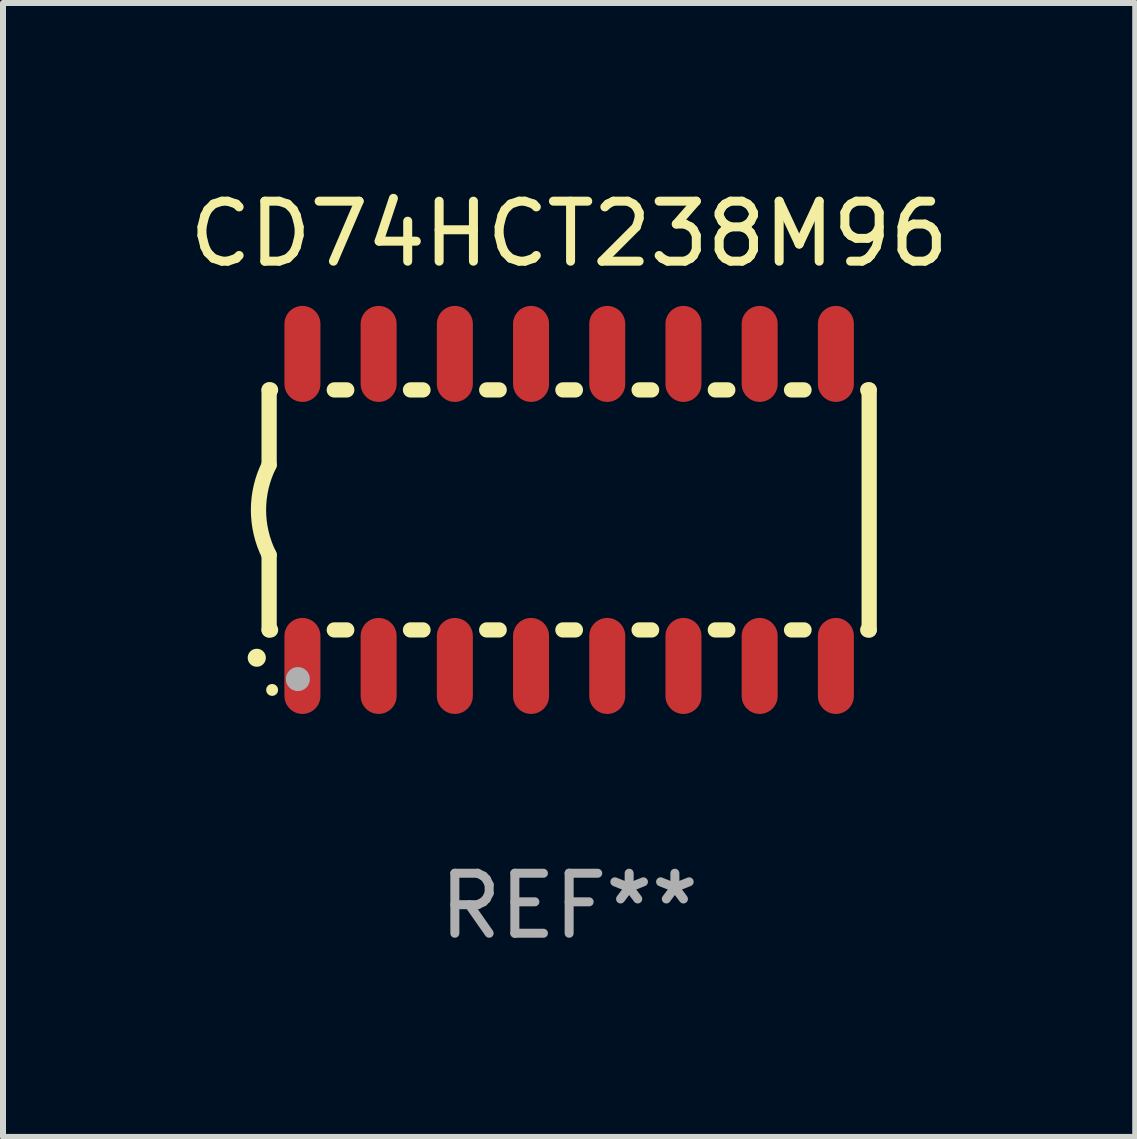
<source format=kicad_pcb>
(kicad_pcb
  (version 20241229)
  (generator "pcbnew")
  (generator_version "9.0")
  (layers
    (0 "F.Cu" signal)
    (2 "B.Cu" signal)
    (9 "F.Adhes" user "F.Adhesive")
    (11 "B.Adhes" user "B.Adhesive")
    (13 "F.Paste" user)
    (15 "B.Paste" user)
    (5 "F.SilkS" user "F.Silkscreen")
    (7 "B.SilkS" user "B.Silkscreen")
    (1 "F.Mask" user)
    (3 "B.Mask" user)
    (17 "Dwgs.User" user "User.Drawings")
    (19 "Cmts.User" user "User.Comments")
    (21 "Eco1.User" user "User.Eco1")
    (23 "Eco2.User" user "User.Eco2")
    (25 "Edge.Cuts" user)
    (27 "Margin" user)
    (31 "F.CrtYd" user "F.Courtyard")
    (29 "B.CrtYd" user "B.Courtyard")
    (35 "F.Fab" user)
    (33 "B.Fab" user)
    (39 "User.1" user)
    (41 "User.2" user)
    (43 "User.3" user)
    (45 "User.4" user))
  (footprint "CD74HCT238M96"
    (layer "F.Cu")
    (at 6.435 5.448)
    (property "Reference" "CD74HCT238M96" (at 0 -4.6 0) (layer "F.SilkS") (effects (font (size 1 1) (thickness 0.15))))
    (attr through_hole)
    (fp_line (start -5 -2) (end -5 -0.75) (stroke (width 0.254) (type solid)) (layer "F.SilkS"))
    (fp_line (start -5 -2) (end -4.976 -2) (stroke (width 0.254) (type solid)) (layer "F.SilkS"))
    (fp_line (start -5 2) (end -5 0.75) (stroke (width 0.254) (type solid)) (layer "F.SilkS"))
    (fp_line (start -5 2) (end -4.976 2) (stroke (width 0.254) (type solid)) (layer "F.SilkS"))
    (fp_line (start -3.914 -2) (end -3.706 -2) (stroke (width 0.254) (type solid)) (layer "F.SilkS"))
    (fp_line (start -3.914 2) (end -3.706 2) (stroke (width 0.254) (type solid)) (layer "F.SilkS"))
    (fp_line (start -2.644 -2) (end -2.436 -2) (stroke (width 0.254) (type solid)) (layer "F.SilkS"))
    (fp_line (start -2.644 2) (end -2.436 2) (stroke (width 0.254) (type solid)) (layer "F.SilkS"))
    (fp_line (start -1.374 -2) (end -1.166 -2) (stroke (width 0.254) (type solid)) (layer "F.SilkS"))
    (fp_line (start -1.374 2) (end -1.166 2) (stroke (width 0.254) (type solid)) (layer "F.SilkS"))
    (fp_line (start -0.104 -2) (end 0.104 -2) (stroke (width 0.254) (type solid)) (layer "F.SilkS"))
    (fp_line (start -0.104 2) (end 0.104 2) (stroke (width 0.254) (type solid)) (layer "F.SilkS"))
    (fp_line (start 1.166 -2) (end 1.374 -2) (stroke (width 0.254) (type solid)) (layer "F.SilkS"))
    (fp_line (start 1.166 2) (end 1.374 2) (stroke (width 0.254) (type solid)) (layer "F.SilkS"))
    (fp_line (start 2.436 -2) (end 2.644 -2) (stroke (width 0.254) (type solid)) (layer "F.SilkS"))
    (fp_line (start 2.436 2) (end 2.644 2) (stroke (width 0.254) (type solid)) (layer "F.SilkS"))
    (fp_line (start 3.706 -2) (end 3.914 -2) (stroke (width 0.254) (type solid)) (layer "F.SilkS"))
    (fp_line (start 3.706 2) (end 3.914 2) (stroke (width 0.254) (type solid)) (layer "F.SilkS"))
    (fp_line (start 4.976 -2) (end 5 -2) (stroke (width 0.254) (type solid)) (layer "F.SilkS"))
    (fp_line (start 4.976 2) (end 5 2) (stroke (width 0.254) (type solid)) (layer "F.SilkS"))
    (fp_line (start 5 2) (end 5 -2) (stroke (width 0.254) (type solid)) (layer "F.SilkS"))
    (fp_arc (start -5.20701 2.46383) (mid -5.20574 2.463825) (end -5.20447 2.46383) (stroke (width 0.3) (type solid)) (layer "F.SilkS"))
    (fp_arc (start -5 0.751207) (mid -5.177192 0.00061) (end -5 -0.749987) (stroke (width 0.254001) (type solid)) (layer "F.SilkS"))
    (fp_circle (center -4.95 3) (end -4.9 3) (stroke (width 0.1) (type solid)) (fill no) (layer "F.SilkS"))
    (fp_circle (center -4.521 2.819) (end -4.421 2.819) (stroke (width 0.2) (type solid)) (fill no) (layer "F.Fab"))
    (fp_text user "REF**" (at 0 6.6 0) (layer "F.Fab") (effects (font (size 1 1) (thickness 0.15))))
    (pad "1" smd oval (at -4.445 2.6 180) (size 0.6 1.6) (layers "F.Cu" "F.Mask" "F.Paste"))
    (pad "2" smd oval (at -3.175 2.6 180) (size 0.6 1.6) (layers "F.Cu" "F.Mask" "F.Paste"))
    (pad "3" smd oval (at -1.905 2.6 180) (size 0.6 1.6) (layers "F.Cu" "F.Mask" "F.Paste"))
    (pad "4" smd oval (at -0.635 2.6 180) (size 0.6 1.6) (layers "F.Cu" "F.Mask" "F.Paste"))
    (pad "5" smd oval (at 0.635 2.6 180) (size 0.6 1.6) (layers "F.Cu" "F.Mask" "F.Paste"))
    (pad "6" smd oval (at 1.905 2.6 180) (size 0.6 1.6) (layers "F.Cu" "F.Mask" "F.Paste"))
    (pad "7" smd oval (at 3.175 2.6 180) (size 0.6 1.6) (layers "F.Cu" "F.Mask" "F.Paste"))
    (pad "8" smd oval (at 4.445 2.6 180) (size 0.6 1.6) (layers "F.Cu" "F.Mask" "F.Paste"))
    (pad "9" smd oval (at 4.445 -2.6 180) (size 0.6 1.6) (layers "F.Cu" "F.Mask" "F.Paste"))
    (pad "10" smd oval (at 3.175 -2.6 180) (size 0.6 1.6) (layers "F.Cu" "F.Mask" "F.Paste"))
    (pad "11" smd oval (at 1.905 -2.6 180) (size 0.6 1.6) (layers "F.Cu" "F.Mask" "F.Paste"))
    (pad "12" smd oval (at 0.635 -2.6 180) (size 0.6 1.6) (layers "F.Cu" "F.Mask" "F.Paste"))
    (pad "13" smd oval (at -0.635 -2.6 180) (size 0.6 1.6) (layers "F.Cu" "F.Mask" "F.Paste"))
    (pad "14" smd oval (at -1.905 -2.6 180) (size 0.6 1.6) (layers "F.Cu" "F.Mask" "F.Paste"))
    (pad "15" smd oval (at -3.175 -2.6 180) (size 0.6 1.6) (layers "F.Cu" "F.Mask" "F.Paste"))
    (pad "16" smd oval (at -4.445 -2.6 180) (size 0.6 1.6) (layers "F.Cu" "F.Mask" "F.Paste")))
  (gr_rect
    (start -3 -3)
    (end 15.869 15.897)
    (stroke (width 0.1) (type default))
    (fill no)
    (layer "Edge.Cuts")))
</source>
